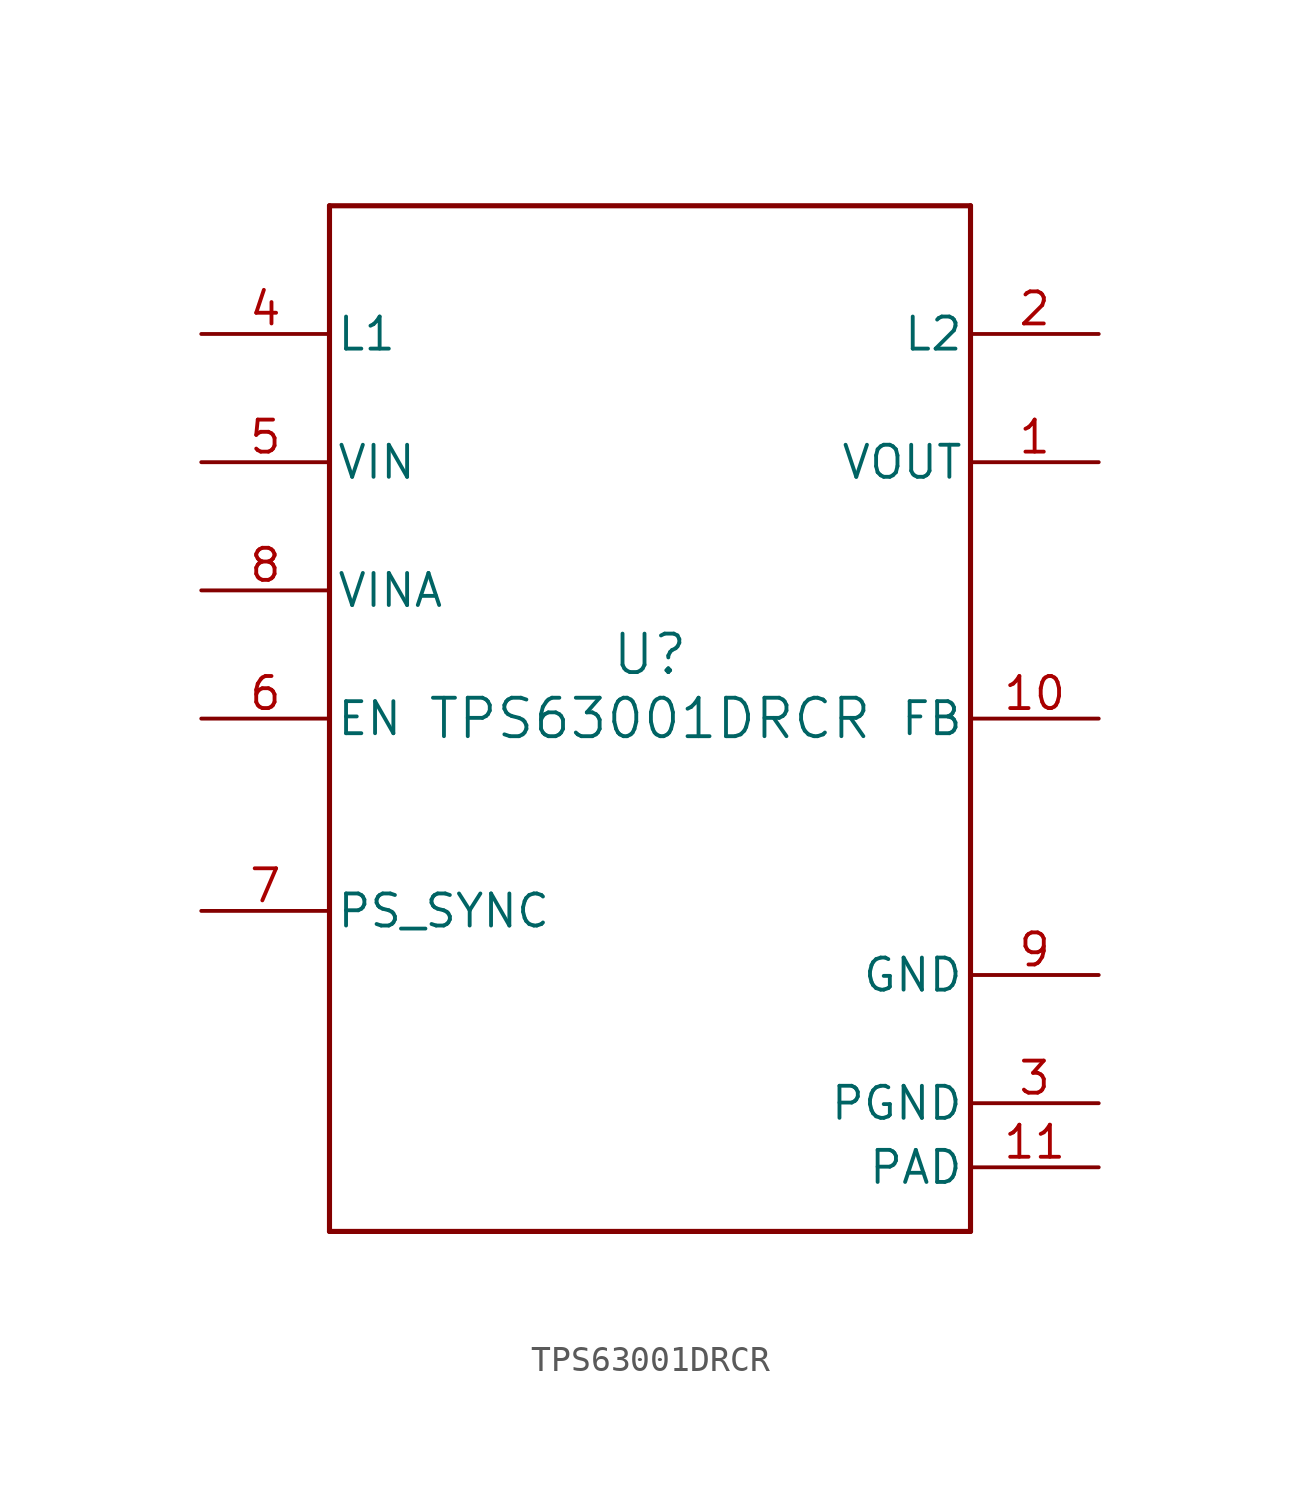
<source format=kicad_sym>
(kicad_symbol_lib
  (version 20211014)
  (generator kicad_symbol_editor)
  (symbol "TPS63001DRCR"
    (pin_names
      (offset 0.254))
    (property "Reference" "U"
      (at 0 2.54 0)
      (effects (font (size 1.524 1.524))))
    (property "Value" "TPS63001DRCR"
      (at 0 0 0)
      (effects (font (size 1.524 1.524))))
    (symbol "TPS63001DRCR_0_1"
      (polyline (pts (xy -12.7 -20.32) (xy 12.7 -20.32)) (stroke (width 0.203) (type default) (color 0 0 0 0)) (fill (type none)))
      (polyline (pts (xy 12.7 -20.32) (xy 12.7 20.32)) (stroke (width 0.203) (type default) (color 0 0 0 0)) (fill (type none)))
      (polyline (pts (xy 12.7 20.32) (xy -12.7 20.32)) (stroke (width 0.203) (type default) (color 0 0 0 0)) (fill (type none)))
      (polyline (pts (xy -12.7 20.32) (xy -12.7 -20.32)) (stroke (width 0.203) (type default) (color 0 0 0 0)) (fill (type none)))
      (pin power_in line (at 17.78 10.16 180) (length 5.08) (name "VOUT" (effects (font (size 1.27 1.27)))) (number "1" (effects (font (size 1.27 1.27)))))
      (pin unspecified line (at 17.78 15.24 180) (length 5.08) (name "L2" (effects (font (size 1.27 1.27)))) (number "2" (effects (font (size 1.27 1.27)))))
      (pin power_in line (at 17.78 -15.24 180) (length 5.08) (name "PGND" (effects (font (size 1.27 1.27)))) (number "3" (effects (font (size 1.27 1.27)))))
      (pin unspecified line (at -17.78 15.24 0) (length 5.08) (name "L1" (effects (font (size 1.27 1.27)))) (number "4" (effects (font (size 1.27 1.27)))))
      (pin power_in line (at -17.78 10.16 0) (length 5.08) (name "VIN" (effects (font (size 1.27 1.27)))) (number "5" (effects (font (size 1.27 1.27)))))
      (pin input line (at -17.78 0 0) (length 5.08) (name "EN" (effects (font (size 1.27 1.27)))) (number "6" (effects (font (size 1.27 1.27)))))
      (pin input line (at -17.78 -7.62 0) (length 5.08) (name "PS_SYNC" (effects (font (size 1.27 1.27)))) (number "7" (effects (font (size 1.27 1.27)))))
      (pin power_in line (at -17.78 5.08 0) (length 5.08) (name "VINA" (effects (font (size 1.27 1.27)))) (number "8" (effects (font (size 1.27 1.27)))))
      (pin power_in line (at 17.78 -10.16 180) (length 5.08) (name "GND" (effects (font (size 1.27 1.27)))) (number "9" (effects (font (size 1.27 1.27)))))
      (pin input line (at 17.78 0 180) (length 5.08) (name "FB" (effects (font (size 1.27 1.27)))) (number "10" (effects (font (size 1.27 1.27)))))
      (pin power_in line (at 17.78 -17.78 180) (length 5.08) (name "PAD" (effects (font (size 1.27 1.27)))) (number "11" (effects (font (size 1.27 1.27))))))))
</source>
